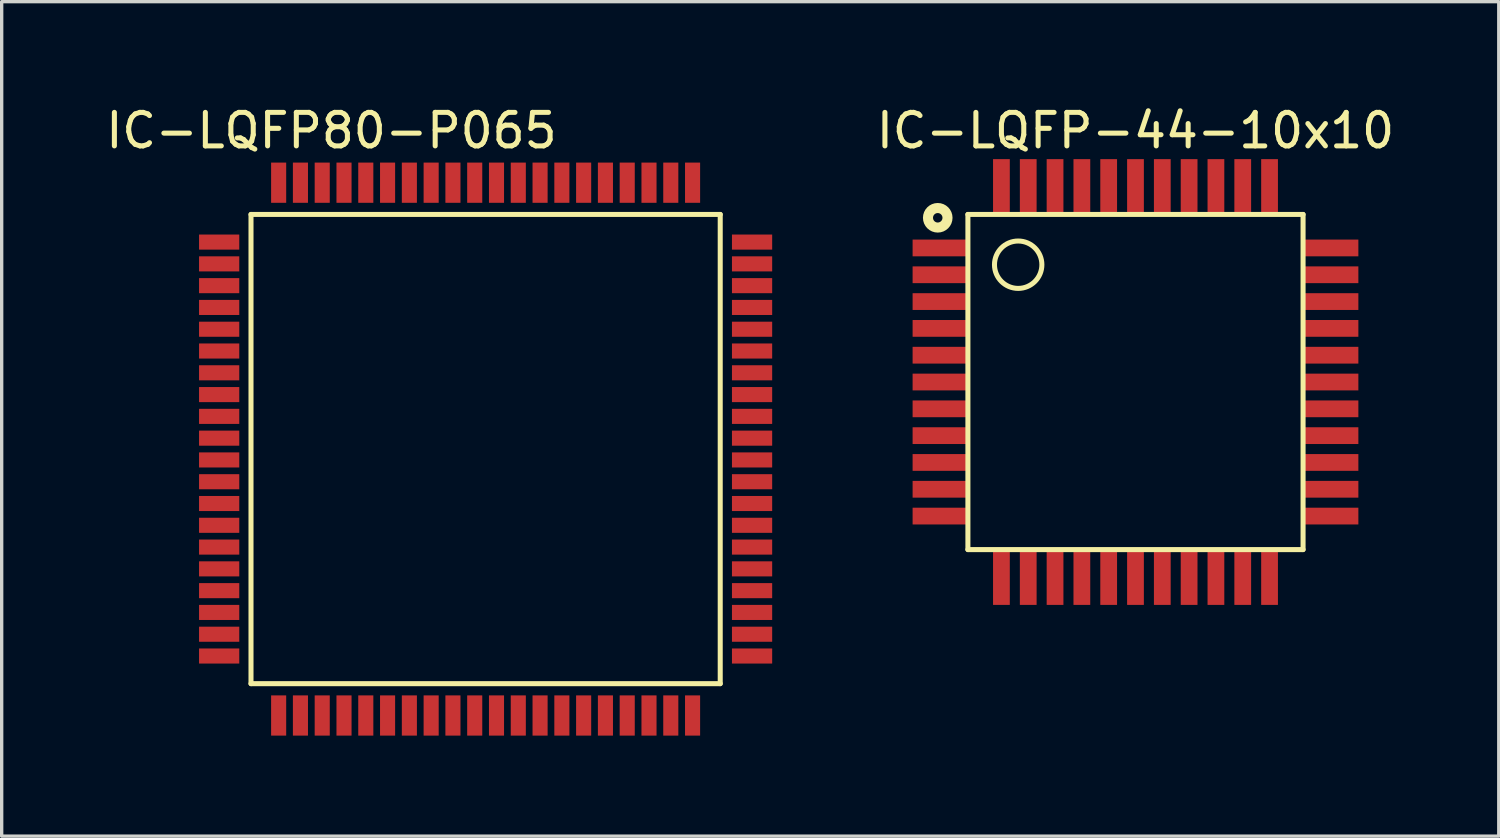
<source format=kicad_pcb>
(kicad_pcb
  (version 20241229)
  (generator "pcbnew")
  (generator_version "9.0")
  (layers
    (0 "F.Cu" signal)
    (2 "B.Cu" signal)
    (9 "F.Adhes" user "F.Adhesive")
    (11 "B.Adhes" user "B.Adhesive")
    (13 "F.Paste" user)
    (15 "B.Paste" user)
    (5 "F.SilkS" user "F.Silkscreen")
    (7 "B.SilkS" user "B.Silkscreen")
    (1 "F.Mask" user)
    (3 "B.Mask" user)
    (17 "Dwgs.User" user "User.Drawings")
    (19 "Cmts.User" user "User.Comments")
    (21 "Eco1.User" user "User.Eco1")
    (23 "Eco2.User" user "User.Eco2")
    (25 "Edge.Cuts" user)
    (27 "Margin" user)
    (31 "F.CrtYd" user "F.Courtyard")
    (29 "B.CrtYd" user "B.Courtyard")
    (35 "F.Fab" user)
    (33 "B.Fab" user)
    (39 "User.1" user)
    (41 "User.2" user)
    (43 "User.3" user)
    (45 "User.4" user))
  (footprint "IC-LQFP-44-10x10"
    (layer "F.Cu")
    (at 30.829 8.348)
    (property "Reference" "IC-LQFP-44-10x10" (at 0 -7.5 0) (layer "F.SilkS") (effects (font (size 1 1) (thickness 0.15))))
    (attr through_hole)
    (fp_line (start -5 -5) (end 5 -5) (stroke (width 0.15) (type solid)) (layer "F.SilkS"))
    (fp_line (start -5 5) (end -5 -5) (stroke (width 0.15) (type solid)) (layer "F.SilkS"))
    (fp_line (start 5 -5) (end 5 5) (stroke (width 0.15) (type solid)) (layer "F.SilkS"))
    (fp_line (start 5 5) (end -5 5) (stroke (width 0.15) (type solid)) (layer "F.SilkS"))
    (fp_circle (center -5.9 -4.9) (end -5.8 -5) (stroke (width 0.3) (type solid)) (fill no) (layer "F.SilkS"))
    (fp_circle (center -3.5 -3.5) (end -3 -3) (stroke (width 0.15) (type solid)) (fill no) (layer "F.SilkS"))
    (pad "1" smd rect (at -5.85 -4 90) (size 0.5 1.6) (layers "F.Cu" "F.Mask" "F.Paste"))
    (pad "2" smd rect (at -5.85 -3.2 90) (size 0.5 1.6) (layers "F.Cu" "F.Mask" "F.Paste"))
    (pad "3" smd rect (at -5.85 -2.4 90) (size 0.5 1.6) (layers "F.Cu" "F.Mask" "F.Paste"))
    (pad "4" smd rect (at -5.85 -1.6 90) (size 0.5 1.6) (layers "F.Cu" "F.Mask" "F.Paste"))
    (pad "5" smd rect (at -5.85 -0.8 90) (size 0.5 1.6) (layers "F.Cu" "F.Mask" "F.Paste"))
    (pad "6" smd rect (at -5.85 0 90) (size 0.5 1.6) (layers "F.Cu" "F.Mask" "F.Paste"))
    (pad "7" smd rect (at -5.85 0.8 90) (size 0.5 1.6) (layers "F.Cu" "F.Mask" "F.Paste"))
    (pad "8" smd rect (at -5.85 1.6 90) (size 0.5 1.6) (layers "F.Cu" "F.Mask" "F.Paste"))
    (pad "9" smd rect (at -5.85 2.4 90) (size 0.5 1.6) (layers "F.Cu" "F.Mask" "F.Paste"))
    (pad "10" smd rect (at -5.85 3.2 90) (size 0.5 1.6) (layers "F.Cu" "F.Mask" "F.Paste"))
    (pad "11" smd rect (at -5.85 4 90) (size 0.5 1.6) (layers "F.Cu" "F.Mask" "F.Paste"))
    (pad "12" smd rect (at -4 5.85) (size 0.5 1.6) (layers "F.Cu" "F.Mask" "F.Paste"))
    (pad "13" smd rect (at -3.2 5.85) (size 0.5 1.6) (layers "F.Cu" "F.Mask" "F.Paste"))
    (pad "14" smd rect (at -2.4 5.85) (size 0.5 1.6) (layers "F.Cu" "F.Mask" "F.Paste"))
    (pad "15" smd rect (at -1.6 5.85) (size 0.5 1.6) (layers "F.Cu" "F.Mask" "F.Paste"))
    (pad "16" smd rect (at -0.8 5.85) (size 0.5 1.6) (layers "F.Cu" "F.Mask" "F.Paste"))
    (pad "17" smd rect (at 0 5.85) (size 0.5 1.6) (layers "F.Cu" "F.Mask" "F.Paste"))
    (pad "18" smd rect (at 0.8 5.85) (size 0.5 1.6) (layers "F.Cu" "F.Mask" "F.Paste"))
    (pad "19" smd rect (at 1.6 5.85) (size 0.5 1.6) (layers "F.Cu" "F.Mask" "F.Paste"))
    (pad "20" smd rect (at 2.4 5.85) (size 0.5 1.6) (layers "F.Cu" "F.Mask" "F.Paste"))
    (pad "21" smd rect (at 3.2 5.85) (size 0.5 1.6) (layers "F.Cu" "F.Mask" "F.Paste"))
    (pad "22" smd rect (at 4 5.85) (size 0.5 1.6) (layers "F.Cu" "F.Mask" "F.Paste"))
    (pad "23" smd rect (at 5.85 4 90) (size 0.5 1.6) (layers "F.Cu" "F.Mask" "F.Paste"))
    (pad "24" smd rect (at 5.85 3.2 90) (size 0.5 1.6) (layers "F.Cu" "F.Mask" "F.Paste"))
    (pad "25" smd rect (at 5.85 2.4 90) (size 0.5 1.6) (layers "F.Cu" "F.Mask" "F.Paste"))
    (pad "26" smd rect (at 5.85 1.6 90) (size 0.5 1.6) (layers "F.Cu" "F.Mask" "F.Paste"))
    (pad "27" smd rect (at 5.85 0.8 90) (size 0.5 1.6) (layers "F.Cu" "F.Mask" "F.Paste"))
    (pad "28" smd rect (at 5.85 0 90) (size 0.5 1.6) (layers "F.Cu" "F.Mask" "F.Paste"))
    (pad "29" smd rect (at 5.85 -0.8 90) (size 0.5 1.6) (layers "F.Cu" "F.Mask" "F.Paste"))
    (pad "30" smd rect (at 5.85 -1.6 90) (size 0.5 1.6) (layers "F.Cu" "F.Mask" "F.Paste"))
    (pad "31" smd rect (at 5.85 -2.4 90) (size 0.5 1.6) (layers "F.Cu" "F.Mask" "F.Paste"))
    (pad "32" smd rect (at 5.85 -3.2 90) (size 0.5 1.6) (layers "F.Cu" "F.Mask" "F.Paste"))
    (pad "33" smd rect (at 5.85 -4 90) (size 0.5 1.6) (layers "F.Cu" "F.Mask" "F.Paste"))
    (pad "34" smd rect (at 4 -5.85) (size 0.5 1.6) (layers "F.Cu" "F.Mask" "F.Paste"))
    (pad "35" smd rect (at 3.2 -5.85) (size 0.5 1.6) (layers "F.Cu" "F.Mask" "F.Paste"))
    (pad "36" smd rect (at 2.4 -5.85) (size 0.5 1.6) (layers "F.Cu" "F.Mask" "F.Paste"))
    (pad "37" smd rect (at 1.6 -5.85) (size 0.5 1.6) (layers "F.Cu" "F.Mask" "F.Paste"))
    (pad "38" smd rect (at 0.8 -5.85) (size 0.5 1.6) (layers "F.Cu" "F.Mask" "F.Paste"))
    (pad "39" smd rect (at 0 -5.85) (size 0.5 1.6) (layers "F.Cu" "F.Mask" "F.Paste"))
    (pad "40" smd rect (at -0.8 -5.85) (size 0.5 1.6) (layers "F.Cu" "F.Mask" "F.Paste"))
    (pad "41" smd rect (at -1.6 -5.85) (size 0.5 1.6) (layers "F.Cu" "F.Mask" "F.Paste"))
    (pad "42" smd rect (at -2.4 -5.85) (size 0.5 1.6) (layers "F.Cu" "F.Mask" "F.Paste"))
    (pad "43" smd rect (at -3.2 -5.85) (size 0.5 1.6) (layers "F.Cu" "F.Mask" "F.Paste"))
    (pad "44" smd rect (at -4 -5.85) (size 0.5 1.6) (layers "F.Cu" "F.Mask" "F.Paste")))
  (footprint "IC-LQFP80-P065"
    (layer "F.Cu")
    (at 11.439 10.348)
    (property "Reference" "IC-LQFP80-P065" (at -4.6 -9.5 0) (layer "F.SilkS") (effects (font (size 1 1) (thickness 0.15))))
    (attr through_hole)
    (fp_line (start -7 -7) (end 7 -7) (stroke (width 0.15) (type solid)) (layer "F.SilkS"))
    (fp_line (start -7 7) (end -7 -7) (stroke (width 0.15) (type solid)) (layer "F.SilkS"))
    (fp_line (start 7 -7) (end 7 7) (stroke (width 0.15) (type solid)) (layer "F.SilkS"))
    (fp_line (start 7 7) (end -7 7) (stroke (width 0.15) (type solid)) (layer "F.SilkS"))
    (pad "1" smd rect (at -7.95 -6.175) (size 1.2 0.45) (layers "F.Cu" "F.Mask" "F.Paste"))
    (pad "2" smd rect (at -7.95 -5.525) (size 1.2 0.45) (layers "F.Cu" "F.Mask" "F.Paste"))
    (pad "3" smd rect (at -7.95 -4.875) (size 1.2 0.45) (layers "F.Cu" "F.Mask" "F.Paste"))
    (pad "4" smd rect (at -7.95 -4.225) (size 1.2 0.45) (layers "F.Cu" "F.Mask" "F.Paste"))
    (pad "5" smd rect (at -7.95 -3.575) (size 1.2 0.45) (layers "F.Cu" "F.Mask" "F.Paste"))
    (pad "6" smd rect (at -7.95 -2.925) (size 1.2 0.45) (layers "F.Cu" "F.Mask" "F.Paste"))
    (pad "7" smd rect (at -7.95 -2.275) (size 1.2 0.45) (layers "F.Cu" "F.Mask" "F.Paste"))
    (pad "8" smd rect (at -7.95 -1.625) (size 1.2 0.45) (layers "F.Cu" "F.Mask" "F.Paste"))
    (pad "9" smd rect (at -7.95 -0.975) (size 1.2 0.45) (layers "F.Cu" "F.Mask" "F.Paste"))
    (pad "10" smd rect (at -7.95 -0.325) (size 1.2 0.45) (layers "F.Cu" "F.Mask" "F.Paste"))
    (pad "11" smd rect (at -7.95 0.325) (size 1.2 0.45) (layers "F.Cu" "F.Mask" "F.Paste"))
    (pad "12" smd rect (at -7.95 0.975) (size 1.2 0.45) (layers "F.Cu" "F.Mask" "F.Paste"))
    (pad "13" smd rect (at -7.95 1.625) (size 1.2 0.45) (layers "F.Cu" "F.Mask" "F.Paste"))
    (pad "14" smd rect (at -7.95 2.275) (size 1.2 0.45) (layers "F.Cu" "F.Mask" "F.Paste"))
    (pad "15" smd rect (at -7.95 2.925) (size 1.2 0.45) (layers "F.Cu" "F.Mask" "F.Paste"))
    (pad "16" smd rect (at -7.95 3.575) (size 1.2 0.45) (layers "F.Cu" "F.Mask" "F.Paste"))
    (pad "17" smd rect (at -7.95 4.225) (size 1.2 0.45) (layers "F.Cu" "F.Mask" "F.Paste"))
    (pad "18" smd rect (at -7.95 4.875) (size 1.2 0.45) (layers "F.Cu" "F.Mask" "F.Paste"))
    (pad "19" smd rect (at -7.95 5.525) (size 1.2 0.45) (layers "F.Cu" "F.Mask" "F.Paste"))
    (pad "20" smd rect (at -7.95 6.175) (size 1.2 0.45) (layers "F.Cu" "F.Mask" "F.Paste"))
    (pad "21" smd rect (at -6.175 7.95 90) (size 1.2 0.45) (layers "F.Cu" "F.Mask" "F.Paste"))
    (pad "22" smd rect (at -5.525 7.95 90) (size 1.2 0.45) (layers "F.Cu" "F.Mask" "F.Paste"))
    (pad "23" smd rect (at -4.875 7.95 90) (size 1.2 0.45) (layers "F.Cu" "F.Mask" "F.Paste"))
    (pad "24" smd rect (at -4.225 7.95 90) (size 1.2 0.45) (layers "F.Cu" "F.Mask" "F.Paste"))
    (pad "25" smd rect (at -3.575 7.95 90) (size 1.2 0.45) (layers "F.Cu" "F.Mask" "F.Paste"))
    (pad "26" smd rect (at -2.925 7.95 90) (size 1.2 0.45) (layers "F.Cu" "F.Mask" "F.Paste"))
    (pad "27" smd rect (at -2.275 7.95 90) (size 1.2 0.45) (layers "F.Cu" "F.Mask" "F.Paste"))
    (pad "28" smd rect (at -1.625 7.95 90) (size 1.2 0.45) (layers "F.Cu" "F.Mask" "F.Paste"))
    (pad "29" smd rect (at -0.975 7.95 90) (size 1.2 0.45) (layers "F.Cu" "F.Mask" "F.Paste"))
    (pad "30" smd rect (at -0.325 7.95 90) (size 1.2 0.45) (layers "F.Cu" "F.Mask" "F.Paste"))
    (pad "31" smd rect (at 0.325 7.95 90) (size 1.2 0.45) (layers "F.Cu" "F.Mask" "F.Paste"))
    (pad "32" smd rect (at 0.975 7.95 90) (size 1.2 0.45) (layers "F.Cu" "F.Mask" "F.Paste"))
    (pad "33" smd rect (at 1.625 7.95 90) (size 1.2 0.45) (layers "F.Cu" "F.Mask" "F.Paste"))
    (pad "34" smd rect (at 2.275 7.95 90) (size 1.2 0.45) (layers "F.Cu" "F.Mask" "F.Paste"))
    (pad "35" smd rect (at 2.925 7.95 90) (size 1.2 0.45) (layers "F.Cu" "F.Mask" "F.Paste"))
    (pad "36" smd rect (at 3.575 7.95 90) (size 1.2 0.45) (layers "F.Cu" "F.Mask" "F.Paste"))
    (pad "37" smd rect (at 4.225 7.95 90) (size 1.2 0.45) (layers "F.Cu" "F.Mask" "F.Paste"))
    (pad "38" smd rect (at 4.875 7.95 90) (size 1.2 0.45) (layers "F.Cu" "F.Mask" "F.Paste"))
    (pad "39" smd rect (at 5.525 7.95 90) (size 1.2 0.45) (layers "F.Cu" "F.Mask" "F.Paste"))
    (pad "40" smd rect (at 6.175 7.95 90) (size 1.2 0.45) (layers "F.Cu" "F.Mask" "F.Paste"))
    (pad "41" smd rect (at 7.95 6.175) (size 1.2 0.45) (layers "F.Cu" "F.Mask" "F.Paste"))
    (pad "42" smd rect (at 7.95 5.525) (size 1.2 0.45) (layers "F.Cu" "F.Mask" "F.Paste"))
    (pad "43" smd rect (at 7.95 4.875) (size 1.2 0.45) (layers "F.Cu" "F.Mask" "F.Paste"))
    (pad "44" smd rect (at 7.95 4.225) (size 1.2 0.45) (layers "F.Cu" "F.Mask" "F.Paste"))
    (pad "45" smd rect (at 7.95 3.575) (size 1.2 0.45) (layers "F.Cu" "F.Mask" "F.Paste"))
    (pad "46" smd rect (at 7.95 2.925) (size 1.2 0.45) (layers "F.Cu" "F.Mask" "F.Paste"))
    (pad "47" smd rect (at 7.95 2.275) (size 1.2 0.45) (layers "F.Cu" "F.Mask" "F.Paste"))
    (pad "48" smd rect (at 7.95 1.625) (size 1.2 0.45) (layers "F.Cu" "F.Mask" "F.Paste"))
    (pad "49" smd rect (at 7.95 0.975) (size 1.2 0.45) (layers "F.Cu" "F.Mask" "F.Paste"))
    (pad "50" smd rect (at 7.95 0.325) (size 1.2 0.45) (layers "F.Cu" "F.Mask" "F.Paste"))
    (pad "51" smd rect (at 7.95 -0.325) (size 1.2 0.45) (layers "F.Cu" "F.Mask" "F.Paste"))
    (pad "52" smd rect (at 7.95 -0.975) (size 1.2 0.45) (layers "F.Cu" "F.Mask" "F.Paste"))
    (pad "53" smd rect (at 7.95 -1.625) (size 1.2 0.45) (layers "F.Cu" "F.Mask" "F.Paste"))
    (pad "54" smd rect (at 7.95 -2.275) (size 1.2 0.45) (layers "F.Cu" "F.Mask" "F.Paste"))
    (pad "55" smd rect (at 7.95 -2.925) (size 1.2 0.45) (layers "F.Cu" "F.Mask" "F.Paste"))
    (pad "56" smd rect (at 7.95 -3.575) (size 1.2 0.45) (layers "F.Cu" "F.Mask" "F.Paste"))
    (pad "57" smd rect (at 7.95 -4.225) (size 1.2 0.45) (layers "F.Cu" "F.Mask" "F.Paste"))
    (pad "58" smd rect (at 7.95 -4.875) (size 1.2 0.45) (layers "F.Cu" "F.Mask" "F.Paste"))
    (pad "59" smd rect (at 7.95 -5.525) (size 1.2 0.45) (layers "F.Cu" "F.Mask" "F.Paste"))
    (pad "60" smd rect (at 7.95 -6.175) (size 1.2 0.45) (layers "F.Cu" "F.Mask" "F.Paste"))
    (pad "61" smd rect (at 6.175 -7.947 90) (size 1.2 0.45) (layers "F.Cu" "F.Mask" "F.Paste"))
    (pad "62" smd rect (at 5.525 -7.947 90) (size 1.2 0.45) (layers "F.Cu" "F.Mask" "F.Paste"))
    (pad "63" smd rect (at 4.875 -7.947 90) (size 1.2 0.45) (layers "F.Cu" "F.Mask" "F.Paste"))
    (pad "64" smd rect (at 4.225 -7.947 90) (size 1.2 0.45) (layers "F.Cu" "F.Mask" "F.Paste"))
    (pad "65" smd rect (at 3.575 -7.947 90) (size 1.2 0.45) (layers "F.Cu" "F.Mask" "F.Paste"))
    (pad "66" smd rect (at 2.925 -7.947 90) (size 1.2 0.45) (layers "F.Cu" "F.Mask" "F.Paste"))
    (pad "67" smd rect (at 2.275 -7.947 90) (size 1.2 0.45) (layers "F.Cu" "F.Mask" "F.Paste"))
    (pad "68" smd rect (at 1.625 -7.947 90) (size 1.2 0.45) (layers "F.Cu" "F.Mask" "F.Paste"))
    (pad "69" smd rect (at 0.975 -7.947 90) (size 1.2 0.45) (layers "F.Cu" "F.Mask" "F.Paste"))
    (pad "70" smd rect (at 0.325 -7.947 90) (size 1.2 0.45) (layers "F.Cu" "F.Mask" "F.Paste"))
    (pad "71" smd rect (at -0.325 -7.947 90) (size 1.2 0.45) (layers "F.Cu" "F.Mask" "F.Paste"))
    (pad "72" smd rect (at -0.975 -7.947 90) (size 1.2 0.45) (layers "F.Cu" "F.Mask" "F.Paste"))
    (pad "73" smd rect (at -1.625 -7.947 90) (size 1.2 0.45) (layers "F.Cu" "F.Mask" "F.Paste"))
    (pad "74" smd rect (at -2.275 -7.947 90) (size 1.2 0.45) (layers "F.Cu" "F.Mask" "F.Paste"))
    (pad "75" smd rect (at -2.925 -7.947 90) (size 1.2 0.45) (layers "F.Cu" "F.Mask" "F.Paste"))
    (pad "76" smd rect (at -3.575 -7.947 90) (size 1.2 0.45) (layers "F.Cu" "F.Mask" "F.Paste"))
    (pad "77" smd rect (at -4.225 -7.947 90) (size 1.2 0.45) (layers "F.Cu" "F.Mask" "F.Paste"))
    (pad "78" smd rect (at -4.875 -7.947 90) (size 1.2 0.45) (layers "F.Cu" "F.Mask" "F.Paste"))
    (pad "79" smd rect (at -5.525 -7.947 90) (size 1.2 0.45) (layers "F.Cu" "F.Mask" "F.Paste"))
    (pad "80" smd rect (at -6.175 -7.947 90) (size 1.2 0.45) (layers "F.Cu" "F.Mask" "F.Paste")))
  (gr_rect
    (start -3 -3)
    (end 41.668 21.898)
    (stroke (width 0.1) (type default))
    (fill no)
    (layer "Edge.Cuts")))
</source>
